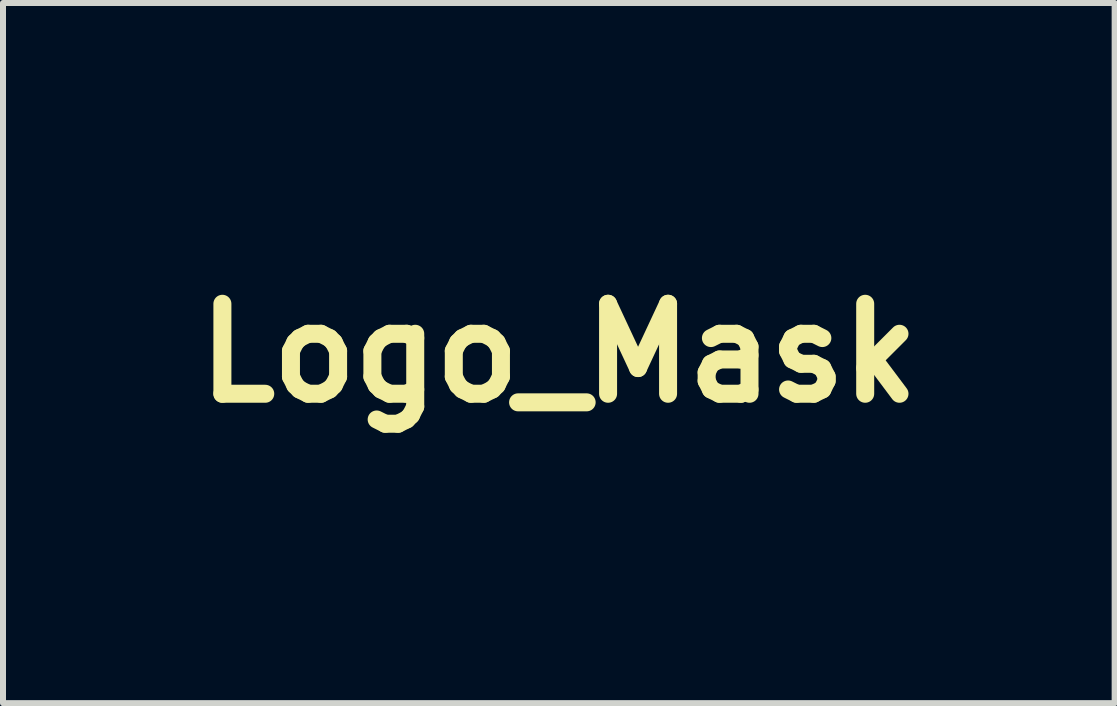
<source format=kicad_pcb>
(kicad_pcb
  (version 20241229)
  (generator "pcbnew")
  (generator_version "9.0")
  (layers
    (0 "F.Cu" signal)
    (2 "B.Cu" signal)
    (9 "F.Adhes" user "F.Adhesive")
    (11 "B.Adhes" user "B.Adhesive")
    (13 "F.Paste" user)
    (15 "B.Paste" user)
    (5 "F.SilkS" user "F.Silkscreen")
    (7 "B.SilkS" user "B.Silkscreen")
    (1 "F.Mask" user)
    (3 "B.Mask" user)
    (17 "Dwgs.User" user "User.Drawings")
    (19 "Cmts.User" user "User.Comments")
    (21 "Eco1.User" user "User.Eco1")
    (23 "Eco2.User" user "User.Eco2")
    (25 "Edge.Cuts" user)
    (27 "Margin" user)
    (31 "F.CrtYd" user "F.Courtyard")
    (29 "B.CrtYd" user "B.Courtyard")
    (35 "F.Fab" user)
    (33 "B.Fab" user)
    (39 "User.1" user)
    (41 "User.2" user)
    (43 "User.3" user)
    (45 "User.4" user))
  (footprint "Logo_Mask"
    (layer "F.Cu")
    (at 6.264 2.835)
    (property "Reference" "Logo_Mask" (at 0 0 0) (layer "F.SilkS") (effects (font (size 1.5 1.5) (thickness 0.3))))
    (attr board_only exclude_from_pos_files exclude_from_bom)
    (fp_poly (pts (xy 0.036 -2.832) (xy 0.058 -2.825) (xy 0.079 -2.815) (xy 0.097 -2.801) (xy 0.113 -2.785) (xy 0.126 -2.767) (xy 0.129 -2.761) (xy 0.132 -2.754) (xy 0.135 -2.748) (xy 0.137 -2.742) (xy 0.138 -2.736) (xy 0.14 -2.729) (xy 0.141 -2.721) (xy 0.141 -2.711) (xy 0.142 -2.699) (xy 0.142 -2.684) (xy 0.141 -2.666) (xy 0.141 -2.644) (xy 0.141 -2.62) (xy 0.141 -2.544) (xy 0.142 -2.472) (xy 0.146 -2.404) (xy 0.151 -2.339) (xy 0.159 -2.277) (xy 0.168 -2.219) (xy 0.18 -2.162) (xy 0.194 -2.109) (xy 0.208 -2.062) (xy 0.227 -2.01) (xy 0.247 -1.961) (xy 0.27 -1.916) (xy 0.294 -1.875) (xy 0.321 -1.837) (xy 0.351 -1.802) (xy 0.365 -1.787) (xy 0.389 -1.763) (xy 0.413 -1.742) (xy 0.437 -1.724) (xy 0.462 -1.708) (xy 0.489 -1.693) (xy 0.503 -1.686) (xy 0.539 -1.67) (xy 0.575 -1.657) (xy 0.612 -1.647) (xy 0.65 -1.64) (xy 0.691 -1.636) (xy 0.735 -1.634) (xy 0.744 -1.634) (xy 0.776 -1.634) (xy 0.804 -1.635) (xy 0.83 -1.638) (xy 0.854 -1.641) (xy 0.878 -1.646) (xy 0.902 -1.652) (xy 0.927 -1.659) (xy 0.934 -1.662) (xy 1.002 -1.682) (xy 1.071 -1.699) (xy 1.139 -1.711) (xy 1.207 -1.719) (xy 1.275 -1.723) (xy 1.341 -1.723) (xy 1.407 -1.718) (xy 1.472 -1.71) (xy 1.535 -1.698) (xy 1.596 -1.681) (xy 1.656 -1.661) (xy 1.714 -1.636) (xy 1.732 -1.627) (xy 1.782 -1.6) (xy 1.828 -1.571) (xy 1.873 -1.539) (xy 1.917 -1.504) (xy 1.96 -1.464) (xy 1.971 -1.453) (xy 1.995 -1.429) (xy 2.016 -1.406) (xy 2.036 -1.384) (xy 2.055 -1.361) (xy 2.074 -1.336) (xy 2.08 -1.327) (xy 2.122 -1.267) (xy 2.161 -1.204) (xy 2.199 -1.136) (xy 2.234 -1.064) (xy 2.266 -0.988) (xy 2.297 -0.908) (xy 2.325 -0.825) (xy 2.351 -0.737) (xy 2.375 -0.645) (xy 2.396 -0.55) (xy 2.415 -0.45) (xy 2.432 -0.347) (xy 2.447 -0.24) (xy 2.459 -0.129) (xy 2.464 -0.077) (xy 2.466 -0.053) (xy 2.468 -0.029) (xy 2.47 -0.006) (xy 2.471 0.017) (xy 2.473 0.041) (xy 2.474 0.065) (xy 2.476 0.091) (xy 2.477 0.118) (xy 2.478 0.146) (xy 2.48 0.177) (xy 2.481 0.21) (xy 2.482 0.246) (xy 2.484 0.284) (xy 2.485 0.326) (xy 2.486 0.372) (xy 2.488 0.421) (xy 2.489 0.475) (xy 2.49 0.489) (xy 2.491 0.555) (xy 2.493 0.625) (xy 2.494 0.697) (xy 2.495 0.77) (xy 2.496 0.846) (xy 2.497 0.922) (xy 2.498 0.998) (xy 2.498 1.075) (xy 2.499 1.152) (xy 2.499 1.227) (xy 2.498 1.301) (xy 2.498 1.373) (xy 2.498 1.444) (xy 2.497 1.511) (xy 2.496 1.575) (xy 2.495 1.636) (xy 2.493 1.692) (xy 2.493 1.705) (xy 2.49 1.808) (xy 2.486 1.906) (xy 2.482 2) (xy 2.477 2.089) (xy 2.472 2.174) (xy 2.466 2.255) (xy 2.46 2.331) (xy 2.453 2.403) (xy 2.445 2.471) (xy 2.437 2.534) (xy 2.429 2.593) (xy 2.42 2.649) (xy 2.412 2.691) (xy 2.408 2.711) (xy 2.404 2.728) (xy 2.4 2.741) (xy 2.396 2.752) (xy 2.392 2.762) (xy 2.388 2.77) (xy 2.383 2.778) (xy 2.368 2.795) (xy 2.351 2.81) (xy 2.331 2.821) (xy 2.31 2.83) (xy 2.287 2.835) (xy 2.265 2.835) (xy 2.255 2.834) (xy 2.233 2.829) (xy 2.216 2.822) (xy 2.213 2.82) (xy 2.206 2.816) (xy 2.196 2.809) (xy 2.182 2.8) (xy 2.165 2.789) (xy 2.145 2.776) (xy 2.122 2.76) (xy 2.096 2.743) (xy 2.066 2.723) (xy 2.035 2.702) (xy 2 2.679) (xy 1.964 2.655) (xy 1.925 2.629) (xy 1.884 2.602) (xy 1.84 2.573) (xy 1.795 2.543) (xy 1.749 2.512) (xy 1.7 2.479) (xy 1.65 2.446) (xy 1.599 2.412) (xy 1.546 2.377) (xy 1.493 2.341) (xy 1.438 2.304) (xy 1.427 2.297) (xy 1.373 2.26) (xy 1.319 2.224) (xy 1.266 2.189) (xy 1.214 2.155) (xy 1.164 2.121) (xy 1.115 2.088) (xy 1.067 2.057) (xy 1.022 2.026) (xy 0.978 1.997) (xy 0.936 1.969) (xy 0.897 1.943) (xy 0.859 1.918) (xy 0.824 1.895) (xy 0.791 1.873) (xy 0.761 1.853) (xy 0.734 1.835) (xy 0.71 1.819) (xy 0.689 1.805) (xy 0.671 1.793) (xy 0.656 1.784) (xy 0.645 1.776) (xy 0.637 1.771) (xy 0.633 1.769) (xy 0.633 1.769) (xy 0.61 1.758) (xy 0.585 1.749) (xy 0.558 1.742) (xy 0.552 1.741) (xy 0.541 1.739) (xy 0.529 1.738) (xy 0.516 1.738) (xy 0.501 1.738) (xy 0.494 1.738) (xy 0.47 1.74) (xy 0.449 1.742) (xy 0.428 1.747) (xy 0.408 1.754) (xy 0.387 1.763) (xy 0.365 1.774) (xy 0.345 1.786) (xy 0.241 1.848) (xy 0.139 1.908) (xy 0.038 1.966) (xy -0.06 2.023) (xy -0.155 2.078) (xy -0.249 2.13) (xy -0.34 2.181) (xy -0.428 2.23) (xy -0.514 2.277) (xy -0.597 2.322) (xy -0.677 2.364) (xy -0.754 2.404) (xy -0.828 2.442) (xy -0.899 2.477) (xy -0.966 2.51) (xy -1.029 2.54) (xy -1.089 2.567) (xy -1.114 2.578) (xy -1.144 2.592) (xy -1.175 2.605) (xy -1.206 2.617) (xy -1.235 2.629) (xy -1.264 2.64) (xy -1.29 2.65) (xy -1.315 2.658) (xy -1.337 2.666) (xy -1.355 2.671) (xy -1.371 2.676) (xy -1.381 2.678) (xy -1.392 2.679) (xy -1.403 2.679) (xy -1.414 2.678) (xy -1.425 2.676) (xy -1.438 2.673) (xy -1.452 2.667) (xy -1.468 2.66) (xy -1.487 2.651) (xy -1.508 2.64) (xy -1.533 2.627) (xy -1.539 2.623) (xy -1.629 2.571) (xy -1.716 2.515) (xy -1.802 2.455) (xy -1.886 2.392) (xy -1.902 2.379) (xy -1.961 2.33) (xy -2.018 2.279) (xy -2.072 2.228) (xy -2.125 2.175) (xy -2.175 2.122) (xy -2.223 2.068) (xy -2.267 2.014) (xy -2.309 1.96) (xy -2.347 1.907) (xy -2.381 1.853) (xy -2.412 1.801) (xy -2.439 1.75) (xy -2.462 1.7) (xy -2.467 1.689) (xy -2.479 1.657) (xy -2.488 1.629) (xy -2.494 1.604) (xy -2.497 1.581) (xy -2.497 1.56) (xy -2.495 1.541) (xy -2.489 1.523) (xy -2.48 1.506) (xy -2.468 1.49) (xy -2.457 1.477) (xy -2.45 1.47) (xy -2.441 1.46) (xy -2.43 1.448) (xy -2.418 1.435) (xy -2.404 1.421) (xy -2.391 1.407) (xy -2.391 1.406) (xy -2.316 1.328) (xy -2.242 1.248) (xy -2.168 1.168) (xy -2.094 1.087) (xy -2.022 1.007) (xy -1.952 0.927) (xy -1.885 0.851) (xy -1.175 0.851) (xy -1.174 0.867) (xy -1.17 0.883) (xy -1.162 0.898) (xy -1.158 0.904) (xy -1.15 0.911) (xy -1.14 0.918) (xy -1.135 0.921) (xy -1.127 0.925) (xy -1.12 0.927) (xy -1.114 0.928) (xy -1.106 0.928) (xy -1.1 0.928) (xy -1.088 0.926) (xy -1.078 0.924) (xy -1.073 0.923) (xy -1.07 0.921) (xy -1.064 0.917) (xy -1.054 0.91) (xy -1.041 0.901) (xy -1.025 0.89) (xy -1.006 0.877) (xy -0.985 0.862) (xy -0.96 0.845) (xy -0.934 0.827) (xy -0.905 0.807) (xy -0.875 0.786) (xy -0.842 0.764) (xy -0.808 0.74) (xy -0.773 0.716) (xy -0.736 0.69) (xy -0.699 0.665) (xy -0.692 0.66) (xy -0.319 0.401) (xy -0.115 0.456) (xy -0.079 0.466) (xy -0.047 0.474) (xy -0.019 0.482) (xy 0.006 0.488) (xy 0.027 0.494) (xy 0.045 0.498) (xy 0.06 0.502) (xy 0.073 0.505) (xy 0.083 0.507) (xy 0.092 0.509) (xy 0.099 0.51) (xy 0.105 0.51) (xy 0.11 0.51) (xy 0.114 0.51) (xy 0.117 0.509) (xy 0.121 0.509) (xy 0.121 0.508) (xy 0.125 0.507) (xy 0.132 0.503) (xy 0.142 0.498) (xy 0.156 0.491) (xy 0.172 0.482) (xy 0.191 0.471) (xy 0.212 0.459) (xy 0.235 0.446) (xy 0.26 0.433) (xy 0.286 0.418) (xy 0.314 0.403) (xy 0.315 0.402) (xy 0.342 0.387) (xy 0.368 0.372) (xy 0.393 0.359) (xy 0.415 0.346) (xy 0.436 0.334) (xy 0.455 0.324) (xy 0.471 0.315) (xy 0.484 0.308) (xy 0.493 0.303) (xy 0.5 0.299) (xy 0.503 0.298) (xy 0.503 0.298) (xy 0.505 0.299) (xy 0.511 0.302) (xy 0.521 0.306) (xy 0.534 0.312) (xy 0.55 0.32) (xy 0.569 0.329) (xy 0.59 0.339) (xy 0.613 0.35) (xy 0.637 0.361) (xy 0.663 0.374) (xy 0.69 0.387) (xy 0.718 0.4) (xy 0.746 0.413) (xy 0.775 0.427) (xy 0.803 0.44) (xy 0.831 0.453) (xy 0.858 0.466) (xy 0.884 0.479) (xy 0.908 0.49) (xy 0.93 0.501) (xy 0.951 0.511) (xy 0.969 0.52) (xy 0.984 0.527) (xy 0.997 0.533) (xy 1.006 0.537) (xy 1.011 0.54) (xy 1.013 0.541) (xy 1.013 0.543) (xy 1.012 0.55) (xy 1.011 0.561) (xy 1.009 0.575) (xy 1.007 0.593) (xy 1.004 0.613) (xy 1.001 0.636) (xy 0.998 0.661) (xy 0.995 0.688) (xy 0.991 0.717) (xy 0.989 0.732) (xy 0.984 0.769) (xy 0.979 0.801) (xy 0.976 0.829) (xy 0.973 0.854) (xy 0.97 0.875) (xy 0.968 0.892) (xy 0.966 0.908) (xy 0.965 0.92) (xy 0.964 0.931) (xy 0.964 0.939) (xy 0.964 0.946) (xy 0.965 0.952) (xy 0.966 0.956) (xy 0.967 0.96) (xy 0.968 0.964) (xy 0.97 0.967) (xy 0.976 0.976) (xy 0.983 0.985) (xy 0.993 0.993) (xy 1.006 1) (xy 1.02 1.007) (xy 1.025 1.01) (xy 1.034 1.014) (xy 1.047 1.02) (xy 1.063 1.027) (xy 1.083 1.036) (xy 1.106 1.047) (xy 1.132 1.059) (xy 1.16 1.072) (xy 1.191 1.086) (xy 1.224 1.101) (xy 1.259 1.117) (xy 1.296 1.134) (xy 1.335 1.152) (xy 1.375 1.17) (xy 1.416 1.189) (xy 1.458 1.209) (xy 1.467 1.213) (xy 1.886 1.404) (xy 1.886 1.434) (xy 1.887 1.456) (xy 1.89 1.476) (xy 1.895 1.494) (xy 1.902 1.513) (xy 1.906 1.522) (xy 1.921 1.547) (xy 1.94 1.569) (xy 1.961 1.589) (xy 1.985 1.605) (xy 2.012 1.617) (xy 2.037 1.624) (xy 2.052 1.627) (xy 2.069 1.628) (xy 2.088 1.627) (xy 2.106 1.626) (xy 2.121 1.624) (xy 2.124 1.623) (xy 2.152 1.614) (xy 2.178 1.601) (xy 2.202 1.584) (xy 2.223 1.564) (xy 2.24 1.541) (xy 2.255 1.516) (xy 2.265 1.488) (xy 2.267 1.479) (xy 2.27 1.46) (xy 2.272 1.439) (xy 2.271 1.418) (xy 2.269 1.397) (xy 2.264 1.379) (xy 2.264 1.377) (xy 2.252 1.349) (xy 2.236 1.323) (xy 2.217 1.3) (xy 2.195 1.281) (xy 2.17 1.265) (xy 2.165 1.263) (xy 2.145 1.253) (xy 2.125 1.247) (xy 2.105 1.244) (xy 2.082 1.243) (xy 2.079 1.243) (xy 2.05 1.244) (xy 2.022 1.25) (xy 1.996 1.261) (xy 1.973 1.274) (xy 1.962 1.281) (xy 1.539 1.087) (xy 1.497 1.067) (xy 1.456 1.049) (xy 1.416 1.031) (xy 1.378 1.013) (xy 1.342 0.996) (xy 1.308 0.981) (xy 1.275 0.966) (xy 1.245 0.952) (xy 1.218 0.939) (xy 1.194 0.928) (xy 1.172 0.918) (xy 1.153 0.91) (xy 1.138 0.903) (xy 1.127 0.897) (xy 1.119 0.893) (xy 1.115 0.892) (xy 1.115 0.891) (xy 1.115 0.889) (xy 1.115 0.882) (xy 1.117 0.871) (xy 1.118 0.857) (xy 1.12 0.839) (xy 1.123 0.819) (xy 1.126 0.796) (xy 1.129 0.77) (xy 1.133 0.743) (xy 1.137 0.714) (xy 1.14 0.694) (xy 1.144 0.658) (xy 1.149 0.627) (xy 1.152 0.599) (xy 1.156 0.576) (xy 1.158 0.555) (xy 1.16 0.538) (xy 1.162 0.523) (xy 1.163 0.511) (xy 1.163 0.501) (xy 1.164 0.493) (xy 1.163 0.487) (xy 1.163 0.482) (xy 1.162 0.477) (xy 1.16 0.473) (xy 1.159 0.47) (xy 1.157 0.466) (xy 1.154 0.463) (xy 1.154 0.462) (xy 1.148 0.454) (xy 1.142 0.446) (xy 1.138 0.443) (xy 1.135 0.441) (xy 1.128 0.438) (xy 1.117 0.432) (xy 1.103 0.425) (xy 1.086 0.417) (xy 1.065 0.407) (xy 1.042 0.395) (xy 1.016 0.383) (xy 0.988 0.369) (xy 0.958 0.355) (xy 0.927 0.34) (xy 0.893 0.324) (xy 0.859 0.307) (xy 0.826 0.291) (xy 0.784 0.271) (xy 0.746 0.253) (xy 0.712 0.237) (xy 0.682 0.223) (xy 0.655 0.21) (xy 0.631 0.198) (xy 0.61 0.188) (xy 0.591 0.18) (xy 0.576 0.172) (xy 0.562 0.166) (xy 0.551 0.161) (xy 0.541 0.157) (xy 0.533 0.153) (xy 0.527 0.151) (xy 0.522 0.149) (xy 0.517 0.147) (xy 0.514 0.146) (xy 0.511 0.146) (xy 0.509 0.145) (xy 0.506 0.145) (xy 0.504 0.145) (xy 0.489 0.145) (xy 0.478 0.148) (xy 0.478 0.148) (xy 0.474 0.149) (xy 0.467 0.153) (xy 0.456 0.159) (xy 0.442 0.166) (xy 0.426 0.175) (xy 0.406 0.186) (xy 0.385 0.198) (xy 0.362 0.211) (xy 0.337 0.225) (xy 0.31 0.239) (xy 0.283 0.255) (xy 0.28 0.256) (xy 0.092 0.362) (xy -0.319 0.252) (xy -0.371 0.238) (xy -0.421 0.225) (xy -0.467 0.212) (xy -0.511 0.201) (xy -0.55 0.191) (xy -0.587 0.181) (xy -0.62 0.172) (xy -0.649 0.165) (xy -0.674 0.158) (xy -0.696 0.153) (xy -0.713 0.148) (xy -0.726 0.145) (xy -0.735 0.143) (xy -0.74 0.142) (xy -0.74 0.142) (xy -0.755 0.144) (xy -0.77 0.15) (xy -0.784 0.159) (xy -0.789 0.163) (xy -0.79 0.165) (xy -0.793 0.169) (xy -0.796 0.174) (xy -0.801 0.18) (xy -0.806 0.189) (xy -0.812 0.2) (xy -0.82 0.213) (xy -0.829 0.228) (xy -0.839 0.246) (xy -0.851 0.266) (xy -0.865 0.29) (xy -0.88 0.316) (xy -0.897 0.346) (xy -0.915 0.379) (xy -0.936 0.415) (xy -0.959 0.456) (xy -0.984 0.5) (xy -1.005 0.536) (xy -1.024 0.571) (xy -1.044 0.605) (xy -1.062 0.638) (xy -1.079 0.668) (xy -1.096 0.697) (xy -1.111 0.724) (xy -1.124 0.749) (xy -1.137 0.77) (xy -1.147 0.79) (xy -1.156 0.806) (xy -1.163 0.819) (xy -1.168 0.828) (xy -1.171 0.834) (xy -1.172 0.835) (xy -1.175 0.851) (xy -1.885 0.851) (xy -1.884 0.849) (xy -1.819 0.774) (xy -1.805 0.757) (xy -1.736 0.675) (xy -1.671 0.596) (xy -1.609 0.518) (xy -1.55 0.443) (xy -1.494 0.37) (xy -1.441 0.3) (xy -1.392 0.231) (xy -1.346 0.166) (xy -1.303 0.102) (xy -1.264 0.042) (xy -1.228 -0.016) (xy -1.196 -0.072) (xy -1.168 -0.124) (xy -1.16 -0.139) (xy -1.147 -0.165) (xy -1.136 -0.188) (xy -1.127 -0.208) (xy -1.12 -0.226) (xy -1.114 -0.242) (xy -1.11 -0.257) (xy -1.107 -0.272) (xy -1.105 -0.287) (xy -1.104 -0.303) (xy -1.104 -0.308) (xy -1.104 -0.34) (xy -1.107 -0.369) (xy -1.113 -0.397) (xy -1.123 -0.425) (xy -1.132 -0.444) (xy -1.15 -0.476) (xy -1.172 -0.504) (xy -1.196 -0.529) (xy -1.224 -0.551) (xy -1.254 -0.568) (xy -1.286 -0.582) (xy -1.32 -0.592) (xy -1.34 -0.596) (xy -1.348 -0.597) (xy -1.355 -0.598) (xy -1.363 -0.598) (xy -1.371 -0.599) (xy -1.382 -0.599) (xy -1.394 -0.598) (xy -1.41 -0.598) (xy -1.43 -0.597) (xy -1.44 -0.597) (xy -1.506 -0.595) (xy -1.569 -0.596) (xy -1.629 -0.6) (xy -1.686 -0.605) (xy -1.741 -0.614) (xy -1.78 -0.622) (xy -1.837 -0.636) (xy -1.89 -0.654) (xy -1.939 -0.674) (xy -1.985 -0.698) (xy -2.028 -0.725) (xy -2.067 -0.754) (xy -2.102 -0.787) (xy -2.134 -0.823) (xy -2.163 -0.862) (xy -2.188 -0.904) (xy -2.209 -0.949) (xy -2.227 -0.998) (xy -2.242 -1.049) (xy -2.249 -1.086) (xy -2.254 -1.113) (xy -2.257 -1.138) (xy -2.26 -1.164) (xy -2.262 -1.191) (xy -2.263 -1.22) (xy -2.263 -1.252) (xy -2.262 -1.304) (xy -2.259 -1.356) (xy -2.253 -1.408) (xy -2.246 -1.46) (xy -2.236 -1.515) (xy -2.223 -1.573) (xy -2.22 -1.585) (xy -2.2 -1.663) (xy -2.175 -1.742) (xy -2.147 -1.822) (xy -2.116 -1.902) (xy -2.081 -1.982) (xy -2.044 -2.062) (xy -2.003 -2.141) (xy -1.961 -2.218) (xy -1.916 -2.294) (xy -1.869 -2.368) (xy -1.82 -2.439) (xy -1.769 -2.508) (xy -1.717 -2.573) (xy -1.665 -2.635) (xy -1.611 -2.692) (xy -1.595 -2.707) (xy -1.577 -2.725) (xy -1.562 -2.739) (xy -1.549 -2.751) (xy -1.537 -2.76) (xy -1.526 -2.767) (xy -1.515 -2.772) (xy -1.504 -2.776) (xy -1.493 -2.779) (xy -1.478 -2.781) (xy -1.461 -2.782) (xy -1.444 -2.78) (xy -1.428 -2.777) (xy -1.427 -2.777) (xy -1.403 -2.767) (xy -1.382 -2.754) (xy -1.364 -2.738) (xy -1.35 -2.72) (xy -1.339 -2.699) (xy -1.332 -2.676) (xy -1.33 -2.659) (xy -1.33 -2.65) (xy -1.33 -2.641) (xy -1.331 -2.632) (xy -1.333 -2.62) (xy -1.336 -2.606) (xy -1.336 -2.604) (xy -1.354 -2.516) (xy -1.368 -2.432) (xy -1.38 -2.35) (xy -1.39 -2.273) (xy -1.397 -2.199) (xy -1.401 -2.128) (xy -1.402 -2.061) (xy -1.401 -1.997) (xy -1.398 -1.938) (xy -1.391 -1.882) (xy -1.382 -1.829) (xy -1.375 -1.796) (xy -1.364 -1.759) (xy -1.351 -1.723) (xy -1.336 -1.689) (xy -1.32 -1.658) (xy -1.309 -1.641) (xy -1.296 -1.624) (xy -1.281 -1.606) (xy -1.265 -1.588) (xy -1.248 -1.572) (xy -1.232 -1.558) (xy -1.231 -1.558) (xy -1.205 -1.541) (xy -1.175 -1.526) (xy -1.143 -1.513) (xy -1.108 -1.504) (xy -1.107 -1.504) (xy -1.092 -1.501) (xy -1.073 -1.5) (xy -1.053 -1.499) (xy -1.03 -1.498) (xy -1.008 -1.499) (xy -0.987 -1.5) (xy -0.968 -1.502) (xy -0.961 -1.503) (xy -0.923 -1.51) (xy -0.882 -1.521) (xy -0.839 -1.534) (xy -0.797 -1.549) (xy -0.755 -1.566) (xy -0.745 -1.571) (xy -0.737 -1.574) (xy -0.73 -1.577) (xy -0.726 -1.579) (xy -0.725 -1.579) (xy -0.725 -1.577) (xy -0.726 -1.571) (xy -0.727 -1.562) (xy -0.728 -1.551) (xy -0.729 -1.546) (xy -0.741 -1.466) (xy -0.75 -1.389) (xy -0.755 -1.315) (xy -0.757 -1.245) (xy -0.757 -1.177) (xy -0.753 -1.112) (xy -0.746 -1.05) (xy -0.736 -0.992) (xy -0.723 -0.937) (xy -0.709 -0.892) (xy -0.689 -0.842) (xy -0.667 -0.796) (xy -0.642 -0.752) (xy -0.613 -0.712) (xy -0.581 -0.675) (xy -0.545 -0.64) (xy -0.531 -0.628) (xy -0.493 -0.599) (xy -0.452 -0.573) (xy -0.407 -0.55) (xy -0.359 -0.529) (xy -0.307 -0.511) (xy -0.253 -0.496) (xy -0.195 -0.483) (xy -0.149 -0.476) (xy -0.129 -0.473) (xy -0.111 -0.471) (xy -0.094 -0.469) (xy -0.077 -0.467) (xy -0.061 -0.466) (xy -0.043 -0.465) (xy -0.024 -0.464) (xy -0.003 -0.464) (xy 0.021 -0.463) (xy 0.048 -0.463) (xy 0.079 -0.463) (xy 0.083 -0.463) (xy 0.113 -0.463) (xy 0.139 -0.463) (xy 0.162 -0.463) (xy 0.182 -0.464) (xy 0.201 -0.464) (xy 0.219 -0.465) (xy 0.236 -0.466) (xy 0.254 -0.467) (xy 0.274 -0.469) (xy 0.295 -0.47) (xy 0.316 -0.472) (xy 0.334 -0.474) (xy 0.348 -0.476) (xy 0.36 -0.478) (xy 0.368 -0.481) (xy 0.376 -0.485) (xy 0.383 -0.49) (xy 0.389 -0.496) (xy 0.39 -0.497) (xy 0.401 -0.511) (xy 0.408 -0.527) (xy 0.412 -0.544) (xy 0.41 -0.56) (xy 0.405 -0.577) (xy 0.395 -0.592) (xy 0.39 -0.597) (xy 0.383 -0.604) (xy 0.376 -0.609) (xy 0.369 -0.613) (xy 0.361 -0.616) (xy 0.351 -0.618) (xy 0.339 -0.618) (xy 0.324 -0.618) (xy 0.305 -0.617) (xy 0.285 -0.615) (xy 0.249 -0.612) (xy 0.211 -0.61) (xy 0.173 -0.608) (xy 0.135 -0.607) (xy 0.097 -0.606) (xy 0.06 -0.605) (xy 0.026 -0.606) (xy -0.005 -0.607) (xy -0.033 -0.608) (xy -0.036 -0.608) (xy -0.092 -0.614) (xy -0.144 -0.621) (xy -0.192 -0.63) (xy -0.237 -0.64) (xy -0.278 -0.653) (xy -0.317 -0.668) (xy -0.346 -0.681) (xy -0.386 -0.702) (xy -0.422 -0.726) (xy -0.454 -0.752) (xy -0.483 -0.781) (xy -0.509 -0.814) (xy -0.532 -0.849) (xy -0.549 -0.882) (xy -0.564 -0.916) (xy -0.577 -0.951) (xy -0.588 -0.988) (xy -0.597 -1.026) (xy -0.603 -1.066) (xy -0.608 -1.11) (xy -0.611 -1.157) (xy -0.613 -1.199) (xy -0.613 -1.245) (xy -0.612 -1.292) (xy -0.609 -1.34) (xy -0.605 -1.388) (xy -0.599 -1.439) (xy -0.592 -1.492) (xy -0.583 -1.547) (xy -0.572 -1.606) (xy -0.559 -1.669) (xy -0.555 -1.69) (xy -0.537 -1.772) (xy -0.519 -1.85) (xy -0.501 -1.924) (xy -0.483 -1.994) (xy -0.465 -2.06) (xy -0.447 -2.123) (xy -0.429 -2.182) (xy -0.411 -2.238) (xy -0.392 -2.292) (xy -0.372 -2.342) (xy -0.353 -2.391) (xy -0.332 -2.437) (xy -0.312 -2.481) (xy -0.31 -2.484) (xy -0.279 -2.543) (xy -0.247 -2.598) (xy -0.214 -2.648) (xy -0.179 -2.695) (xy -0.143 -2.738) (xy -0.106 -2.776) (xy -0.095 -2.786) (xy -0.079 -2.801) (xy -0.064 -2.812) (xy -0.05 -2.821) (xy -0.037 -2.827) (xy -0.022 -2.831) (xy -0.009 -2.833) (xy 0.013 -2.835)) (stroke (width 0) (type solid)) (fill yes) (layer "F.Mask")))
  (gr_rect
    (start -3 -3)
    (end 15.529 8.67)
    (stroke (width 0.1) (type default))
    (fill no)
    (layer "Edge.Cuts")))
</source>
